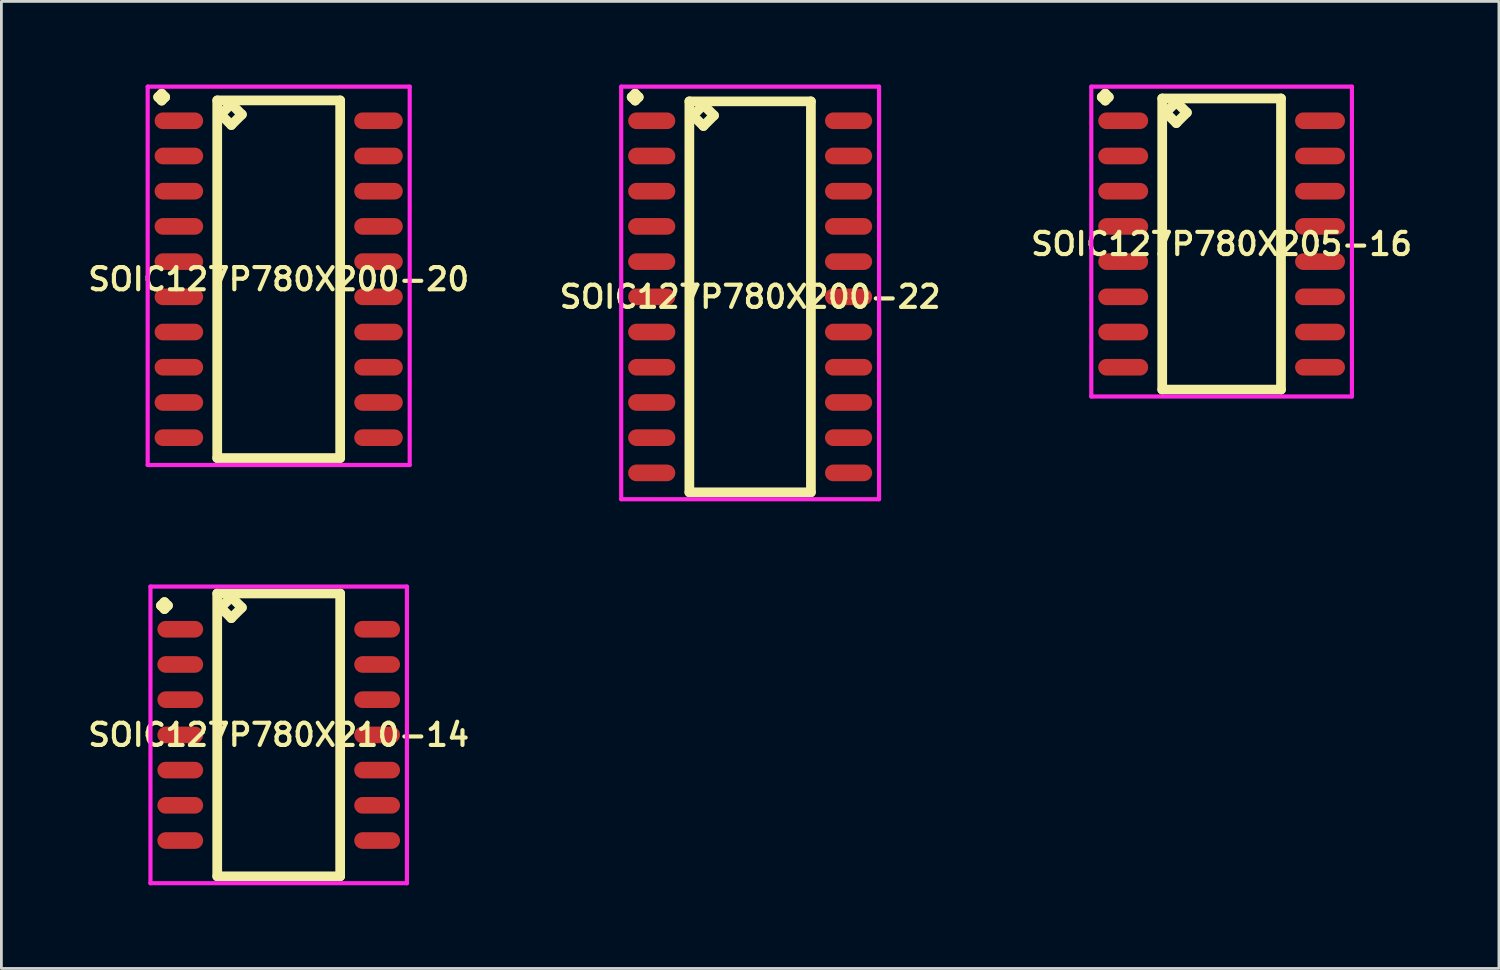
<source format=kicad_pcb>
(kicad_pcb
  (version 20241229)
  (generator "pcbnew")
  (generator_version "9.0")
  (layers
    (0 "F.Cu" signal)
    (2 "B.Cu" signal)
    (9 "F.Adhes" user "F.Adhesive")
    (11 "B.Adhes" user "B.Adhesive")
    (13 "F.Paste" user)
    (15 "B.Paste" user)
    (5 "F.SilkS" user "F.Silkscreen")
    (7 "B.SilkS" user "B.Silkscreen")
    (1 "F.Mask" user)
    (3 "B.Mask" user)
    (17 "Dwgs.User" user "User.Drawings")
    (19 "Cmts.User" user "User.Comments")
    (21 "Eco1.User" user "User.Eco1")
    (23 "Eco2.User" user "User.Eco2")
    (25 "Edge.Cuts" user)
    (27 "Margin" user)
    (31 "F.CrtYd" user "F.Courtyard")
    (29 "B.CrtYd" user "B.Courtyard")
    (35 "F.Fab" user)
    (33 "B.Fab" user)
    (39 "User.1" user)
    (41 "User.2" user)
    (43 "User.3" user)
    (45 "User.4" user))
  (footprint "SOIC127P780X200-22"
    (layer "F.Cu")
    (at 24.006 7.656)
    (property "Reference" "SOIC127P780X200-22" (at 0 0 0) (layer "F.SilkS") (effects (font (size 0.8 0.8) (thickness 0.15))))
    (attr through_hole)
    (fp_line (start -4.273 -7.204) (end -4.146 -7.331) (stroke (width 0.35) (type solid)) (layer "F.SilkS"))
    (fp_line (start -4.146 -7.331) (end -4.019 -7.204) (stroke (width 0.35) (type solid)) (layer "F.SilkS"))
    (fp_line (start -4.146 -7.077) (end -4.273 -7.204) (stroke (width 0.35) (type solid)) (layer "F.SilkS"))
    (fp_line (start -4.019 -7.204) (end -4.146 -7.077) (stroke (width 0.35) (type solid)) (layer "F.SilkS"))
    (fp_line (start -2.192 -7.05) (end -2.192 7.05) (stroke (width 0.35) (type solid)) (layer "F.SilkS"))
    (fp_line (start -2.192 7.05) (end 2.192 7.05) (stroke (width 0.35) (type solid)) (layer "F.SilkS"))
    (fp_line (start -2.065 -6.542) (end -1.684 -6.923) (stroke (width 0.35) (type solid)) (layer "F.SilkS"))
    (fp_line (start -1.684 -6.923) (end -1.303 -6.542) (stroke (width 0.35) (type solid)) (layer "F.SilkS"))
    (fp_line (start -1.684 -6.161) (end -2.065 -6.542) (stroke (width 0.35) (type solid)) (layer "F.SilkS"))
    (fp_line (start -1.303 -6.542) (end -1.684 -6.161) (stroke (width 0.35) (type solid)) (layer "F.SilkS"))
    (fp_line (start 2.192 -7.05) (end -2.192 -7.05) (stroke (width 0.35) (type solid)) (layer "F.SilkS"))
    (fp_line (start 2.192 7.05) (end 2.192 -7.05) (stroke (width 0.35) (type solid)) (layer "F.SilkS"))
    (fp_line (start -4.65 -7.581) (end 4.65 -7.581) (stroke (width 0.15) (type solid)) (layer "F.CrtYd"))
    (fp_line (start -4.65 7.3) (end -4.65 -7.581) (stroke (width 0.15) (type solid)) (layer "F.CrtYd"))
    (fp_line (start 4.65 -7.581) (end 4.65 7.3) (stroke (width 0.15) (type solid)) (layer "F.CrtYd"))
    (fp_line (start 4.65 7.3) (end -4.65 7.3) (stroke (width 0.15) (type solid)) (layer "F.CrtYd"))
    (pad "1" smd oval (at -3.55 -6.35) (size 1.7 0.6) (layers "F.Cu" "F.Mask" "F.Paste"))
    (pad "2" smd oval (at -3.55 -5.08) (size 1.7 0.6) (layers "F.Cu" "F.Mask" "F.Paste"))
    (pad "3" smd oval (at -3.55 -3.81) (size 1.7 0.6) (layers "F.Cu" "F.Mask" "F.Paste"))
    (pad "4" smd oval (at -3.55 -2.54) (size 1.7 0.6) (layers "F.Cu" "F.Mask" "F.Paste"))
    (pad "5" smd oval (at -3.55 -1.27) (size 1.7 0.6) (layers "F.Cu" "F.Mask" "F.Paste"))
    (pad "6" smd oval (at -3.55 0) (size 1.7 0.6) (layers "F.Cu" "F.Mask" "F.Paste"))
    (pad "7" smd oval (at -3.55 1.27) (size 1.7 0.6) (layers "F.Cu" "F.Mask" "F.Paste"))
    (pad "8" smd oval (at -3.55 2.54) (size 1.7 0.6) (layers "F.Cu" "F.Mask" "F.Paste"))
    (pad "9" smd oval (at -3.55 3.81) (size 1.7 0.6) (layers "F.Cu" "F.Mask" "F.Paste"))
    (pad "10" smd oval (at -3.55 5.08) (size 1.7 0.6) (layers "F.Cu" "F.Mask" "F.Paste"))
    (pad "11" smd oval (at -3.55 6.35) (size 1.7 0.6) (layers "F.Cu" "F.Mask" "F.Paste"))
    (pad "12" smd oval (at 3.55 6.35) (size 1.7 0.6) (layers "F.Cu" "F.Mask" "F.Paste"))
    (pad "13" smd oval (at 3.55 5.08) (size 1.7 0.6) (layers "F.Cu" "F.Mask" "F.Paste"))
    (pad "14" smd oval (at 3.55 3.81) (size 1.7 0.6) (layers "F.Cu" "F.Mask" "F.Paste"))
    (pad "15" smd oval (at 3.55 2.54) (size 1.7 0.6) (layers "F.Cu" "F.Mask" "F.Paste"))
    (pad "16" smd oval (at 3.55 1.27) (size 1.7 0.6) (layers "F.Cu" "F.Mask" "F.Paste"))
    (pad "17" smd oval (at 3.55 0) (size 1.7 0.6) (layers "F.Cu" "F.Mask" "F.Paste"))
    (pad "18" smd oval (at 3.55 -1.27) (size 1.7 0.6) (layers "F.Cu" "F.Mask" "F.Paste"))
    (pad "19" smd oval (at 3.55 -2.54) (size 1.7 0.6) (layers "F.Cu" "F.Mask" "F.Paste"))
    (pad "20" smd oval (at 3.55 -3.81) (size 1.7 0.6) (layers "F.Cu" "F.Mask" "F.Paste"))
    (pad "21" smd oval (at 3.55 -5.08) (size 1.7 0.6) (layers "F.Cu" "F.Mask" "F.Paste"))
    (pad "22" smd oval (at 3.55 -6.35) (size 1.7 0.6) (layers "F.Cu" "F.Mask" "F.Paste")))
  (footprint "SOIC127P780X205-16"
    (layer "F.Cu")
    (at 41.011 5.751)
    (property "Reference" "SOIC127P780X205-16" (at 0 0 0) (layer "F.SilkS") (effects (font (size 0.8 0.8) (thickness 0.15))))
    (attr through_hole)
    (fp_line (start -4.323 -5.299) (end -4.196 -5.426) (stroke (width 0.35) (type solid)) (layer "F.SilkS"))
    (fp_line (start -4.196 -5.426) (end -4.069 -5.299) (stroke (width 0.35) (type solid)) (layer "F.SilkS"))
    (fp_line (start -4.196 -5.172) (end -4.323 -5.299) (stroke (width 0.35) (type solid)) (layer "F.SilkS"))
    (fp_line (start -4.069 -5.299) (end -4.196 -5.172) (stroke (width 0.35) (type solid)) (layer "F.SilkS"))
    (fp_line (start -2.142 -5.25) (end -2.142 5.25) (stroke (width 0.35) (type solid)) (layer "F.SilkS"))
    (fp_line (start -2.142 5.25) (end 2.142 5.25) (stroke (width 0.35) (type solid)) (layer "F.SilkS"))
    (fp_line (start -2.015 -4.742) (end -1.634 -5.123) (stroke (width 0.35) (type solid)) (layer "F.SilkS"))
    (fp_line (start -1.634 -5.123) (end -1.253 -4.742) (stroke (width 0.35) (type solid)) (layer "F.SilkS"))
    (fp_line (start -1.634 -4.361) (end -2.015 -4.742) (stroke (width 0.35) (type solid)) (layer "F.SilkS"))
    (fp_line (start -1.253 -4.742) (end -1.634 -4.361) (stroke (width 0.35) (type solid)) (layer "F.SilkS"))
    (fp_line (start 2.142 -5.25) (end -2.142 -5.25) (stroke (width 0.35) (type solid)) (layer "F.SilkS"))
    (fp_line (start 2.142 5.25) (end 2.142 -5.25) (stroke (width 0.35) (type solid)) (layer "F.SilkS"))
    (fp_line (start -4.7 -5.676) (end 4.7 -5.676) (stroke (width 0.15) (type solid)) (layer "F.CrtYd"))
    (fp_line (start -4.7 5.5) (end -4.7 -5.676) (stroke (width 0.15) (type solid)) (layer "F.CrtYd"))
    (fp_line (start 4.7 -5.676) (end 4.7 5.5) (stroke (width 0.15) (type solid)) (layer "F.CrtYd"))
    (fp_line (start 4.7 5.5) (end -4.7 5.5) (stroke (width 0.15) (type solid)) (layer "F.CrtYd"))
    (pad "1" smd oval (at -3.55 -4.445) (size 1.8 0.6) (layers "F.Cu" "F.Mask" "F.Paste"))
    (pad "2" smd oval (at -3.55 -3.175) (size 1.8 0.6) (layers "F.Cu" "F.Mask" "F.Paste"))
    (pad "3" smd oval (at -3.55 -1.905) (size 1.8 0.6) (layers "F.Cu" "F.Mask" "F.Paste"))
    (pad "4" smd oval (at -3.55 -0.635) (size 1.8 0.6) (layers "F.Cu" "F.Mask" "F.Paste"))
    (pad "5" smd oval (at -3.55 0.635) (size 1.8 0.6) (layers "F.Cu" "F.Mask" "F.Paste"))
    (pad "6" smd oval (at -3.55 1.905) (size 1.8 0.6) (layers "F.Cu" "F.Mask" "F.Paste"))
    (pad "7" smd oval (at -3.55 3.175) (size 1.8 0.6) (layers "F.Cu" "F.Mask" "F.Paste"))
    (pad "8" smd oval (at -3.55 4.445) (size 1.8 0.6) (layers "F.Cu" "F.Mask" "F.Paste"))
    (pad "9" smd oval (at 3.55 4.445) (size 1.8 0.6) (layers "F.Cu" "F.Mask" "F.Paste"))
    (pad "10" smd oval (at 3.55 3.175) (size 1.8 0.6) (layers "F.Cu" "F.Mask" "F.Paste"))
    (pad "11" smd oval (at 3.55 1.905) (size 1.8 0.6) (layers "F.Cu" "F.Mask" "F.Paste"))
    (pad "12" smd oval (at 3.55 0.635) (size 1.8 0.6) (layers "F.Cu" "F.Mask" "F.Paste"))
    (pad "13" smd oval (at 3.55 -0.635) (size 1.8 0.6) (layers "F.Cu" "F.Mask" "F.Paste"))
    (pad "14" smd oval (at 3.55 -1.905) (size 1.8 0.6) (layers "F.Cu" "F.Mask" "F.Paste"))
    (pad "15" smd oval (at 3.55 -3.175) (size 1.8 0.6) (layers "F.Cu" "F.Mask" "F.Paste"))
    (pad "16" smd oval (at 3.55 -4.445) (size 1.8 0.6) (layers "F.Cu" "F.Mask" "F.Paste")))
  (footprint "SOIC127P780X210-14"
    (layer "F.Cu")
    (at 7.002 23.456)
    (property "Reference" "SOIC127P780X210-14" (at 0 0 0) (layer "F.SilkS") (effects (font (size 0.8 0.8) (thickness 0.15))))
    (attr through_hole)
    (fp_line (start -4.248 -4.664) (end -4.121 -4.791) (stroke (width 0.35) (type solid)) (layer "F.SilkS"))
    (fp_line (start -4.121 -4.791) (end -3.994 -4.664) (stroke (width 0.35) (type solid)) (layer "F.SilkS"))
    (fp_line (start -4.121 -4.537) (end -4.248 -4.664) (stroke (width 0.35) (type solid)) (layer "F.SilkS"))
    (fp_line (start -3.994 -4.664) (end -4.121 -4.537) (stroke (width 0.35) (type solid)) (layer "F.SilkS"))
    (fp_line (start -2.217 -5.1) (end -2.217 5.1) (stroke (width 0.35) (type solid)) (layer "F.SilkS"))
    (fp_line (start -2.217 5.1) (end 2.217 5.1) (stroke (width 0.35) (type solid)) (layer "F.SilkS"))
    (fp_line (start -2.09 -4.592) (end -1.709 -4.973) (stroke (width 0.35) (type solid)) (layer "F.SilkS"))
    (fp_line (start -1.709 -4.973) (end -1.328 -4.592) (stroke (width 0.35) (type solid)) (layer "F.SilkS"))
    (fp_line (start -1.709 -4.211) (end -2.09 -4.592) (stroke (width 0.35) (type solid)) (layer "F.SilkS"))
    (fp_line (start -1.328 -4.592) (end -1.709 -4.211) (stroke (width 0.35) (type solid)) (layer "F.SilkS"))
    (fp_line (start 2.217 -5.1) (end -2.217 -5.1) (stroke (width 0.35) (type solid)) (layer "F.SilkS"))
    (fp_line (start 2.217 5.1) (end 2.217 -5.1) (stroke (width 0.35) (type solid)) (layer "F.SilkS"))
    (fp_line (start -4.625 -5.35) (end 4.625 -5.35) (stroke (width 0.15) (type solid)) (layer "F.CrtYd"))
    (fp_line (start -4.625 5.35) (end -4.625 -5.35) (stroke (width 0.15) (type solid)) (layer "F.CrtYd"))
    (fp_line (start 4.625 -5.35) (end 4.625 5.35) (stroke (width 0.15) (type solid)) (layer "F.CrtYd"))
    (fp_line (start 4.625 5.35) (end -4.625 5.35) (stroke (width 0.15) (type solid)) (layer "F.CrtYd"))
    (pad "1" smd oval (at -3.55 -3.81) (size 1.65 0.6) (layers "F.Cu" "F.Mask" "F.Paste"))
    (pad "2" smd oval (at -3.55 -2.54) (size 1.65 0.6) (layers "F.Cu" "F.Mask" "F.Paste"))
    (pad "3" smd oval (at -3.55 -1.27) (size 1.65 0.6) (layers "F.Cu" "F.Mask" "F.Paste"))
    (pad "4" smd oval (at -3.55 0) (size 1.65 0.6) (layers "F.Cu" "F.Mask" "F.Paste"))
    (pad "5" smd oval (at -3.55 1.27) (size 1.65 0.6) (layers "F.Cu" "F.Mask" "F.Paste"))
    (pad "6" smd oval (at -3.55 2.54) (size 1.65 0.6) (layers "F.Cu" "F.Mask" "F.Paste"))
    (pad "7" smd oval (at -3.55 3.81) (size 1.65 0.6) (layers "F.Cu" "F.Mask" "F.Paste"))
    (pad "8" smd oval (at 3.55 3.81) (size 1.65 0.6) (layers "F.Cu" "F.Mask" "F.Paste"))
    (pad "9" smd oval (at 3.55 2.54) (size 1.65 0.6) (layers "F.Cu" "F.Mask" "F.Paste"))
    (pad "10" smd oval (at 3.55 1.27) (size 1.65 0.6) (layers "F.Cu" "F.Mask" "F.Paste"))
    (pad "11" smd oval (at 3.55 0) (size 1.65 0.6) (layers "F.Cu" "F.Mask" "F.Paste"))
    (pad "12" smd oval (at 3.55 -1.27) (size 1.65 0.6) (layers "F.Cu" "F.Mask" "F.Paste"))
    (pad "13" smd oval (at 3.55 -2.54) (size 1.65 0.6) (layers "F.Cu" "F.Mask" "F.Paste"))
    (pad "14" smd oval (at 3.55 -3.81) (size 1.65 0.6) (layers "F.Cu" "F.Mask" "F.Paste")))
  (footprint "SOIC127P780X200-20"
    (layer "F.Cu")
    (at 7.002 7.021)
    (property "Reference" "SOIC127P780X200-20" (at 0 0 0) (layer "F.SilkS") (effects (font (size 0.8 0.8) (thickness 0.15))))
    (attr smd)
    (fp_line (start -4.348 -6.569) (end -4.221 -6.696) (stroke (width 0.35) (type solid)) (layer "F.SilkS"))
    (fp_line (start -4.221 -6.696) (end -4.094 -6.569) (stroke (width 0.35) (type solid)) (layer "F.SilkS"))
    (fp_line (start -4.221 -6.442) (end -4.348 -6.569) (stroke (width 0.35) (type solid)) (layer "F.SilkS"))
    (fp_line (start -4.094 -6.569) (end -4.221 -6.442) (stroke (width 0.35) (type solid)) (layer "F.SilkS"))
    (fp_line (start -2.217 -6.45) (end -2.217 6.45) (stroke (width 0.35) (type solid)) (layer "F.SilkS"))
    (fp_line (start -2.217 6.45) (end 2.217 6.45) (stroke (width 0.35) (type solid)) (layer "F.SilkS"))
    (fp_line (start -2.09 -5.942) (end -1.709 -6.323) (stroke (width 0.35) (type solid)) (layer "F.SilkS"))
    (fp_line (start -1.709 -6.323) (end -1.328 -5.942) (stroke (width 0.35) (type solid)) (layer "F.SilkS"))
    (fp_line (start -1.709 -5.561) (end -2.09 -5.942) (stroke (width 0.35) (type solid)) (layer "F.SilkS"))
    (fp_line (start -1.328 -5.942) (end -1.709 -5.561) (stroke (width 0.35) (type solid)) (layer "F.SilkS"))
    (fp_line (start 2.217 -6.45) (end -2.217 -6.45) (stroke (width 0.35) (type solid)) (layer "F.SilkS"))
    (fp_line (start 2.217 6.45) (end 2.217 -6.45) (stroke (width 0.35) (type solid)) (layer "F.SilkS"))
    (fp_line (start -4.725 -6.946) (end 4.725 -6.946) (stroke (width 0.15) (type solid)) (layer "F.CrtYd"))
    (fp_line (start -4.725 6.7) (end -4.725 -6.946) (stroke (width 0.15) (type solid)) (layer "F.CrtYd"))
    (fp_line (start 4.725 -6.946) (end 4.725 6.7) (stroke (width 0.15) (type solid)) (layer "F.CrtYd"))
    (fp_line (start 4.725 6.7) (end -4.725 6.7) (stroke (width 0.15) (type solid)) (layer "F.CrtYd"))
    (pad "1" smd oval (at -3.6 -5.715) (size 1.75 0.6) (layers "F.Cu" "F.Mask" "F.Paste"))
    (pad "2" smd oval (at -3.6 -4.445) (size 1.75 0.6) (layers "F.Cu" "F.Mask" "F.Paste"))
    (pad "3" smd oval (at -3.6 -3.175) (size 1.75 0.6) (layers "F.Cu" "F.Mask" "F.Paste"))
    (pad "4" smd oval (at -3.6 -1.905) (size 1.75 0.6) (layers "F.Cu" "F.Mask" "F.Paste"))
    (pad "5" smd oval (at -3.6 -0.635) (size 1.75 0.6) (layers "F.Cu" "F.Mask" "F.Paste"))
    (pad "6" smd oval (at -3.6 0.635) (size 1.75 0.6) (layers "F.Cu" "F.Mask" "F.Paste"))
    (pad "7" smd oval (at -3.6 1.905) (size 1.75 0.6) (layers "F.Cu" "F.Mask" "F.Paste"))
    (pad "8" smd oval (at -3.6 3.175) (size 1.75 0.6) (layers "F.Cu" "F.Mask" "F.Paste"))
    (pad "9" smd oval (at -3.6 4.445) (size 1.75 0.6) (layers "F.Cu" "F.Mask" "F.Paste"))
    (pad "10" smd oval (at -3.6 5.715) (size 1.75 0.6) (layers "F.Cu" "F.Mask" "F.Paste"))
    (pad "11" smd oval (at 3.6 5.715) (size 1.75 0.6) (layers "F.Cu" "F.Mask" "F.Paste"))
    (pad "12" smd oval (at 3.6 4.445) (size 1.75 0.6) (layers "F.Cu" "F.Mask" "F.Paste"))
    (pad "13" smd oval (at 3.6 3.175) (size 1.75 0.6) (layers "F.Cu" "F.Mask" "F.Paste"))
    (pad "14" smd oval (at 3.6 1.905) (size 1.75 0.6) (layers "F.Cu" "F.Mask" "F.Paste"))
    (pad "15" smd oval (at 3.6 0.635) (size 1.75 0.6) (layers "F.Cu" "F.Mask" "F.Paste"))
    (pad "16" smd oval (at 3.6 -0.635) (size 1.75 0.6) (layers "F.Cu" "F.Mask" "F.Paste"))
    (pad "17" smd oval (at 3.6 -1.905) (size 1.75 0.6) (layers "F.Cu" "F.Mask" "F.Paste"))
    (pad "18" smd oval (at 3.6 -3.175) (size 1.75 0.6) (layers "F.Cu" "F.Mask" "F.Paste"))
    (pad "19" smd oval (at 3.6 -4.445) (size 1.75 0.6) (layers "F.Cu" "F.Mask" "F.Paste"))
    (pad "20" smd oval (at 3.6 -5.715) (size 1.75 0.6) (layers "F.Cu" "F.Mask" "F.Paste")))
  (gr_rect
    (start -3 -3)
    (end 51.013 31.881)
    (stroke (width 0.1) (type default))
    (fill no)
    (layer "Edge.Cuts")))
</source>
